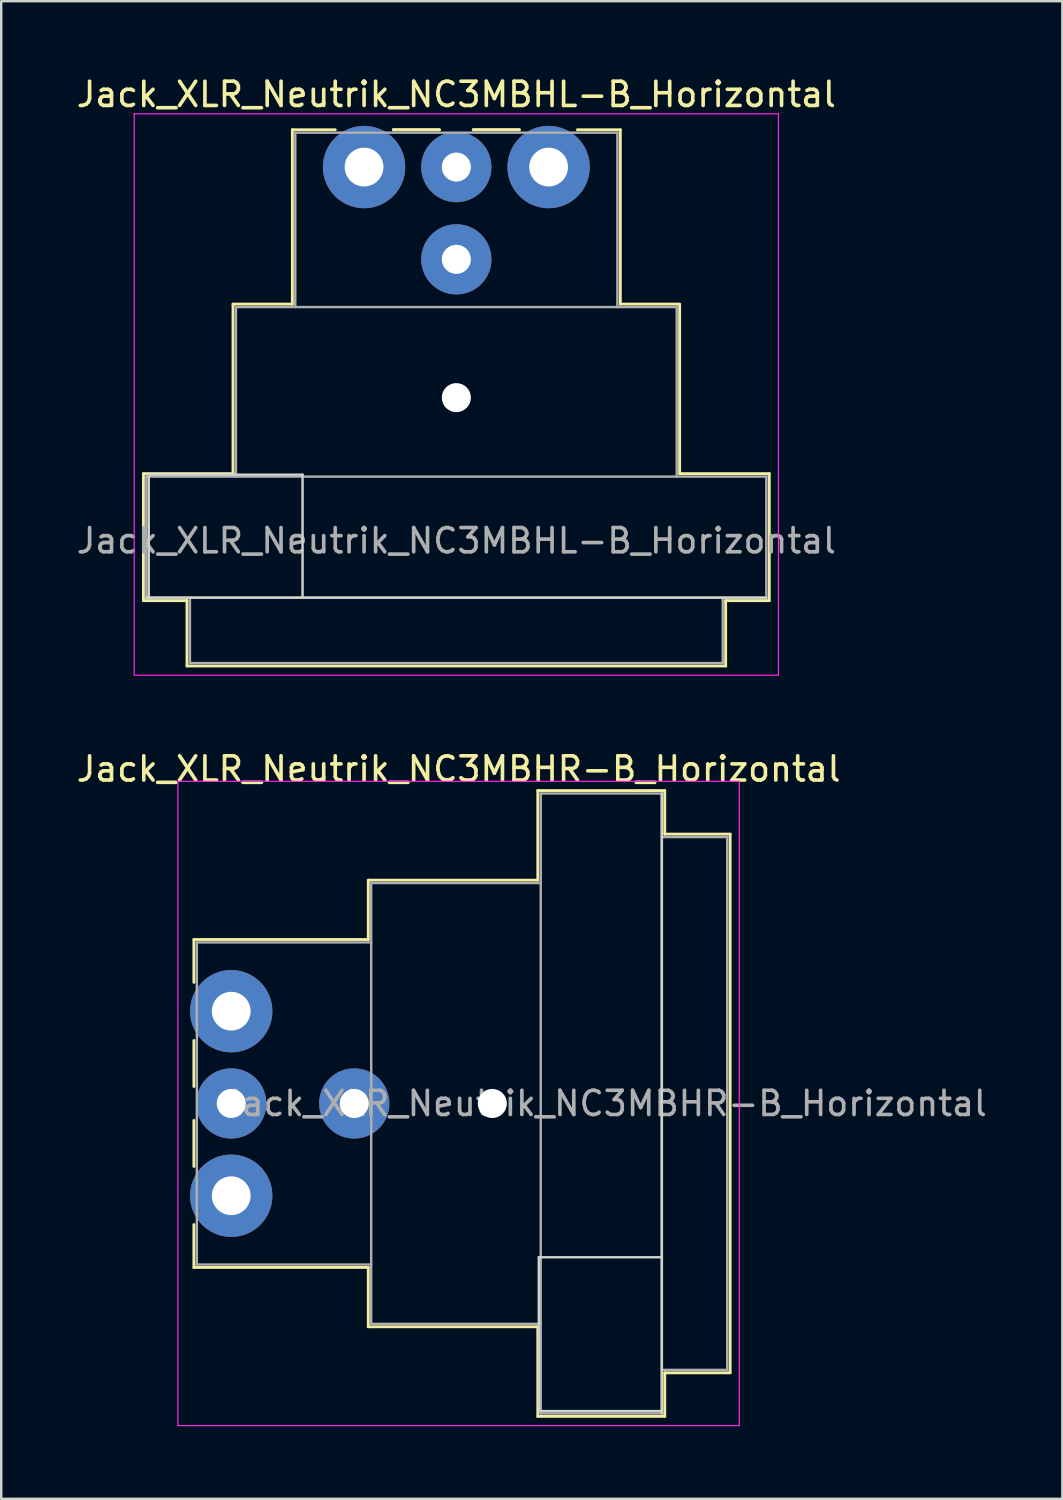
<source format=kicad_pcb>
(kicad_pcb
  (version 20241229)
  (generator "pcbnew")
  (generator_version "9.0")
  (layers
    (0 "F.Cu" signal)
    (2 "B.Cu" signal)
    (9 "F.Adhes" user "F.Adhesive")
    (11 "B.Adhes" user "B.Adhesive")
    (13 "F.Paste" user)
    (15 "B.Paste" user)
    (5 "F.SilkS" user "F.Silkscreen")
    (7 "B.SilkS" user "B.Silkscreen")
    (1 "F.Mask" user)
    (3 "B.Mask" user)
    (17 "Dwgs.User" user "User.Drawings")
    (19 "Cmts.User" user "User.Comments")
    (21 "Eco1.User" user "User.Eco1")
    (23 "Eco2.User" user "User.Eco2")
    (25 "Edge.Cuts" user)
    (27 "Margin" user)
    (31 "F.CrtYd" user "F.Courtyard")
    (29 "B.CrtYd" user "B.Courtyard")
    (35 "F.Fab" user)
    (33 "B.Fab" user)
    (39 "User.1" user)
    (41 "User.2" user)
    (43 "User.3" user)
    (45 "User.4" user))
  (footprint "Jack_XLR_Neutrik_NC3MBHR-B_Horizontal"
    (layer "F.Cu")
    (at 6.497 38.702)
    (property "Reference" "Jack_XLR_Neutrik_NC3MBHR-B_Horizontal" (at 9.39 -10 0) (layer "F.SilkS") (effects (font (size 1 1) (thickness 0.15))))
    (attr through_hole)
    (fp_line (start -1.54 -2.96) (end -1.54 -1.19) (stroke (width 0.12) (type solid)) (layer "F.SilkS"))
    (fp_line (start -1.54 3.11) (end -1.54 1.21) (stroke (width 0.12) (type solid)) (layer "F.SilkS"))
    (fp_line (start -1.54 4.51) (end -1.54 6.41) (stroke (width 0.12) (type solid)) (layer "F.SilkS"))
    (fp_line (start -1.54 8.81) (end -1.54 10.58) (stroke (width 0.12) (type solid)) (layer "F.SilkS"))
    (fp_line (start 5.66 -2.96) (end -1.54 -2.96) (stroke (width 0.12) (type solid)) (layer "F.SilkS"))
    (fp_line (start 5.66 -2.96) (end 5.66 -5.41) (stroke (width 0.12) (type solid)) (layer "F.SilkS"))
    (fp_line (start 5.66 10.58) (end -1.54 10.58) (stroke (width 0.12) (type solid)) (layer "F.SilkS"))
    (fp_line (start 5.66 10.58) (end 5.66 13.03) (stroke (width 0.12) (type solid)) (layer "F.SilkS"))
    (fp_line (start 12.66 -5.41) (end 5.66 -5.41) (stroke (width 0.12) (type solid)) (layer "F.SilkS"))
    (fp_line (start 12.66 -5.41) (end 12.66 -9.11) (stroke (width 0.12) (type solid)) (layer "F.SilkS"))
    (fp_line (start 12.66 13.03) (end 5.66 13.03) (stroke (width 0.12) (type solid)) (layer "F.SilkS"))
    (fp_line (start 12.66 16.73) (end 12.66 13.03) (stroke (width 0.12) (type solid)) (layer "F.SilkS"))
    (fp_line (start 17.9 -9.11) (end 12.66 -9.11) (stroke (width 0.12) (type solid)) (layer "F.SilkS"))
    (fp_line (start 17.9 -9.11) (end 17.9 -7.31) (stroke (width 0.12) (type solid)) (layer "F.SilkS"))
    (fp_line (start 17.9 -7.31) (end 20.6 -7.31) (stroke (width 0.12) (type solid)) (layer "F.SilkS"))
    (fp_line (start 17.9 14.93) (end 17.9 16.73) (stroke (width 0.12) (type solid)) (layer "F.SilkS"))
    (fp_line (start 17.9 14.93) (end 20.6 14.93) (stroke (width 0.12) (type solid)) (layer "F.SilkS"))
    (fp_line (start 17.9 16.73) (end 12.66 16.73) (stroke (width 0.12) (type solid)) (layer "F.SilkS"))
    (fp_line (start 20.6 -7.31) (end 20.6 14.93) (stroke (width 0.12) (type solid)) (layer "F.SilkS"))
    (fp_line (start 12.7 10.16) (end 12.7 16.51) (stroke (width 0.1) (type solid)) (layer "Edge.Cuts"))
    (fp_line (start 12.7 16.51) (end 17.78 16.51) (stroke (width 0.1) (type solid)) (layer "Edge.Cuts"))
    (fp_line (start 17.78 -8.99) (end 17.78 16.61) (stroke (width 0.1) (type solid)) (layer "Edge.Cuts"))
    (fp_line (start 17.78 10.16) (end 12.7 10.16) (stroke (width 0.1) (type solid)) (layer "Edge.Cuts"))
    (fp_line (start -2.2 -9.49) (end -2.2 17.11) (stroke (width 0.05) (type solid)) (layer "F.CrtYd"))
    (fp_line (start 20.98 -9.49) (end -2.2 -9.49) (stroke (width 0.05) (type solid)) (layer "F.CrtYd"))
    (fp_line (start 20.98 -9.49) (end 20.98 17.11) (stroke (width 0.05) (type solid)) (layer "F.CrtYd"))
    (fp_line (start 20.98 17.11) (end -2.2 17.11) (stroke (width 0.05) (type solid)) (layer "F.CrtYd"))
    (fp_line (start -1.42 -2.84) (end -1.42 10.46) (stroke (width 0.1) (type solid)) (layer "F.Fab"))
    (fp_line (start 5.78 -2.84) (end -1.42 -2.84) (stroke (width 0.1) (type solid)) (layer "F.Fab"))
    (fp_line (start 5.78 10.46) (end -1.42 10.46) (stroke (width 0.1) (type solid)) (layer "F.Fab"))
    (fp_line (start 5.78 12.91) (end 5.78 -5.29) (stroke (width 0.1) (type solid)) (layer "F.Fab"))
    (fp_line (start 5.78 12.91) (end 12.78 12.91) (stroke (width 0.1) (type solid)) (layer "F.Fab"))
    (fp_line (start 12.78 -8.99) (end 17.78 -8.99) (stroke (width 0.1) (type solid)) (layer "F.Fab"))
    (fp_line (start 12.78 -5.29) (end 5.78 -5.29) (stroke (width 0.1) (type solid)) (layer "F.Fab"))
    (fp_line (start 12.78 16.61) (end 12.78 -8.99) (stroke (width 0.1) (type solid)) (layer "F.Fab"))
    (fp_line (start 17.78 -8.99) (end 17.78 16.61) (stroke (width 0.1) (type solid)) (layer "F.Fab"))
    (fp_line (start 17.78 -7.19) (end 20.48 -7.19) (stroke (width 0.1) (type solid)) (layer "F.Fab"))
    (fp_line (start 17.78 16.61) (end 12.78 16.61) (stroke (width 0.1) (type solid)) (layer "F.Fab"))
    (fp_line (start 20.48 -7.19) (end 20.48 14.81) (stroke (width 0.1) (type solid)) (layer "F.Fab"))
    (fp_line (start 20.48 14.81) (end 17.78 14.81) (stroke (width 0.1) (type solid)) (layer "F.Fab"))
    (fp_text user "${REFERENCE}" (at 15.43 3.81 0) (layer "F.Fab") (effects (font (size 1 1) (thickness 0.15))))
    (pad "" np_thru_hole circle (at 10.78 3.81) (size 1.2 1.2) (drill 1.2) (layers "*.Cu" "*.Mask"))
    (pad "1" thru_hole circle (at 0 0) (size 3.4 3.4) (drill 1.6) (layers "*.Cu" "*.Mask"))
    (pad "2" thru_hole circle (at 0 3.81) (size 2.9 2.9) (drill 1.2) (layers "*.Cu" "*.Mask"))
    (pad "3" thru_hole circle (at 0 7.62) (size 3.4 3.4) (drill 1.6) (layers "*.Cu" "*.Mask"))
    (pad "G" thru_hole circle (at 5.08 3.81) (size 2.9 2.9) (drill 1.2) (layers "*.Cu" "*.Mask")))
  (footprint "Jack_XLR_Neutrik_NC3MBHL-B_Horizontal"
    (layer "F.Cu")
    (at 11.982 3.848)
    (property "Reference" "Jack_XLR_Neutrik_NC3MBHL-B_Horizontal" (at 3.81 -3 0) (layer "F.SilkS") (effects (font (size 1 1) (thickness 0.15))))
    (attr through_hole)
    (fp_line (start -9.11 12.66) (end -5.41 12.66) (stroke (width 0.12) (type solid)) (layer "F.SilkS"))
    (fp_line (start -9.11 17.9) (end -9.11 12.66) (stroke (width 0.12) (type solid)) (layer "F.SilkS"))
    (fp_line (start -7.31 17.9) (end -9.11 17.9) (stroke (width 0.12) (type solid)) (layer "F.SilkS"))
    (fp_line (start -7.31 17.9) (end -7.31 20.6) (stroke (width 0.12) (type solid)) (layer "F.SilkS"))
    (fp_line (start -5.41 12.66) (end -5.41 5.66) (stroke (width 0.12) (type solid)) (layer "F.SilkS"))
    (fp_line (start -2.96 5.66) (end -5.41 5.66) (stroke (width 0.12) (type solid)) (layer "F.SilkS"))
    (fp_line (start -2.96 5.66) (end -2.96 -1.54) (stroke (width 0.12) (type solid)) (layer "F.SilkS"))
    (fp_line (start -1.19 -1.54) (end -2.96 -1.54) (stroke (width 0.12) (type solid)) (layer "F.SilkS"))
    (fp_line (start 3.11 -1.54) (end 1.21 -1.54) (stroke (width 0.12) (type solid)) (layer "F.SilkS"))
    (fp_line (start 3.11 -1.54) (end 1.21 -1.54) (stroke (width 0.12) (type solid)) (layer "F.SilkS"))
    (fp_line (start 4.51 -1.54) (end 6.41 -1.54) (stroke (width 0.12) (type solid)) (layer "F.SilkS"))
    (fp_line (start 4.51 -1.54) (end 6.41 -1.54) (stroke (width 0.12) (type solid)) (layer "F.SilkS"))
    (fp_line (start 10.58 -1.54) (end 8.81 -1.54) (stroke (width 0.12) (type solid)) (layer "F.SilkS"))
    (fp_line (start 10.58 5.66) (end 10.58 -1.54) (stroke (width 0.12) (type solid)) (layer "F.SilkS"))
    (fp_line (start 10.58 5.66) (end 13.03 5.66) (stroke (width 0.12) (type solid)) (layer "F.SilkS"))
    (fp_line (start 13.03 12.66) (end 13.03 5.66) (stroke (width 0.12) (type solid)) (layer "F.SilkS"))
    (fp_line (start 13.03 12.66) (end 16.73 12.66) (stroke (width 0.12) (type solid)) (layer "F.SilkS"))
    (fp_line (start 14.93 17.9) (end 14.93 20.6) (stroke (width 0.12) (type solid)) (layer "F.SilkS"))
    (fp_line (start 14.93 20.6) (end -7.31 20.6) (stroke (width 0.12) (type solid)) (layer "F.SilkS"))
    (fp_line (start 16.73 17.9) (end 14.93 17.9) (stroke (width 0.12) (type solid)) (layer "F.SilkS"))
    (fp_line (start 16.73 17.9) (end 16.73 12.66) (stroke (width 0.12) (type solid)) (layer "F.SilkS"))
    (fp_line (start -8.89 12.7) (end -8.89 17.78) (stroke (width 0.1) (type solid)) (layer "Edge.Cuts"))
    (fp_line (start -2.54 12.7) (end -8.89 12.7) (stroke (width 0.1) (type solid)) (layer "Edge.Cuts"))
    (fp_line (start -2.54 17.78) (end -2.54 12.7) (stroke (width 0.1) (type solid)) (layer "Edge.Cuts"))
    (fp_line (start 16.61 17.78) (end -8.99 17.78) (stroke (width 0.1) (type solid)) (layer "Edge.Cuts"))
    (fp_line (start -9.49 20.98) (end -9.49 -2.2) (stroke (width 0.05) (type solid)) (layer "F.CrtYd"))
    (fp_line (start 17.11 -2.2) (end -9.49 -2.2) (stroke (width 0.05) (type solid)) (layer "F.CrtYd"))
    (fp_line (start 17.11 20.98) (end -9.49 20.98) (stroke (width 0.05) (type solid)) (layer "F.CrtYd"))
    (fp_line (start 17.11 20.98) (end 17.11 -2.2) (stroke (width 0.05) (type solid)) (layer "F.CrtYd"))
    (fp_line (start -8.99 12.78) (end 16.61 12.78) (stroke (width 0.1) (type solid)) (layer "F.Fab"))
    (fp_line (start -8.99 17.78) (end -8.99 12.78) (stroke (width 0.1) (type solid)) (layer "F.Fab"))
    (fp_line (start -7.19 20.48) (end -7.19 17.78) (stroke (width 0.1) (type solid)) (layer "F.Fab"))
    (fp_line (start -5.29 5.78) (end -5.29 12.78) (stroke (width 0.1) (type solid)) (layer "F.Fab"))
    (fp_line (start -5.29 5.78) (end 12.91 5.78) (stroke (width 0.1) (type solid)) (layer "F.Fab"))
    (fp_line (start -2.84 5.78) (end -2.84 -1.42) (stroke (width 0.1) (type solid)) (layer "F.Fab"))
    (fp_line (start 10.46 -1.42) (end -2.84 -1.42) (stroke (width 0.1) (type solid)) (layer "F.Fab"))
    (fp_line (start 10.46 5.78) (end 10.46 -1.42) (stroke (width 0.1) (type solid)) (layer "F.Fab"))
    (fp_line (start 12.91 12.78) (end 12.91 5.78) (stroke (width 0.1) (type solid)) (layer "F.Fab"))
    (fp_line (start 14.81 17.78) (end 14.81 20.48) (stroke (width 0.1) (type solid)) (layer "F.Fab"))
    (fp_line (start 14.81 20.48) (end -7.19 20.48) (stroke (width 0.1) (type solid)) (layer "F.Fab"))
    (fp_line (start 16.61 12.78) (end 16.61 17.78) (stroke (width 0.1) (type solid)) (layer "F.Fab"))
    (fp_line (start 16.61 17.78) (end -8.99 17.78) (stroke (width 0.1) (type solid)) (layer "F.Fab"))
    (fp_text user "${REFERENCE}" (at 3.81 15.43 0) (layer "F.Fab") (effects (font (size 1 1) (thickness 0.15))))
    (pad "" np_thru_hole circle (at 3.81 9.52) (size 1.2 1.2) (drill 1.2) (layers "*.Cu" "*.Mask"))
    (pad "1" thru_hole circle (at 0 0) (size 3.4 3.4) (drill 1.6) (layers "*.Cu" "*.Mask"))
    (pad "2" thru_hole circle (at 3.81 0) (size 2.9 2.9) (drill 1.2) (layers "*.Cu" "*.Mask"))
    (pad "3" thru_hole circle (at 7.62 0) (size 3.4 3.4) (drill 1.6) (layers "*.Cu" "*.Mask"))
    (pad "G" thru_hole circle (at 3.81 3.81) (size 2.9 2.9) (drill 1.2) (layers "*.Cu" "*.Mask")))
  (gr_rect
    (start -3 -3)
    (end 40.814 58.837)
    (stroke (width 0.1) (type default))
    (fill no)
    (layer "Edge.Cuts")))
</source>
